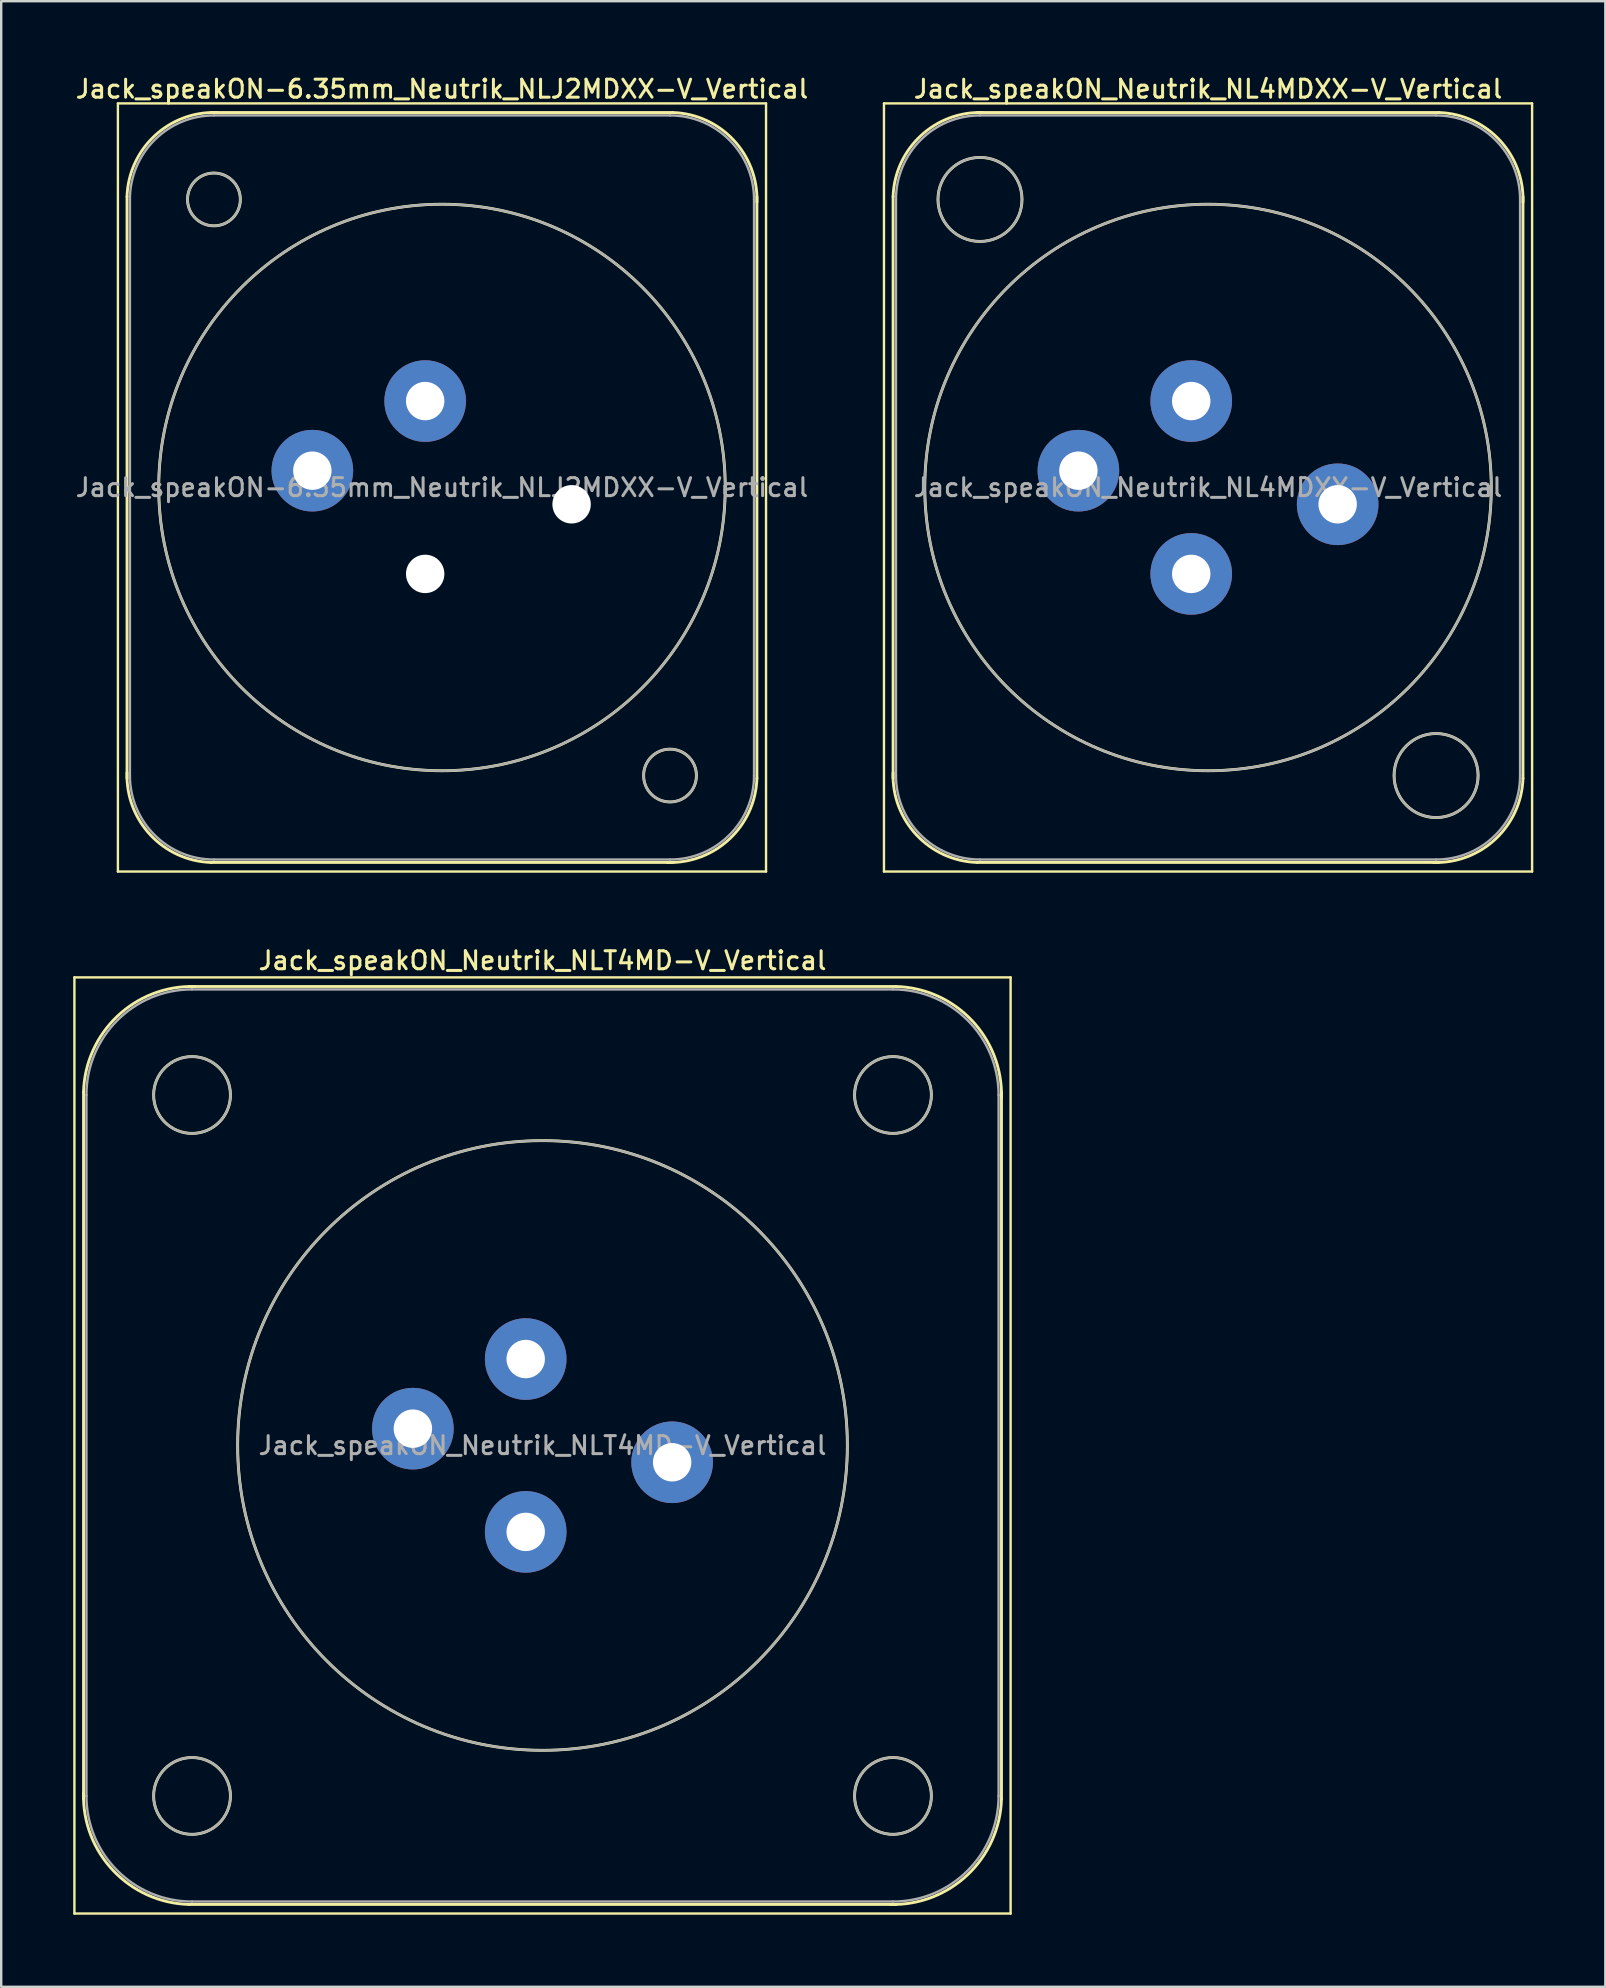
<source format=kicad_pcb>
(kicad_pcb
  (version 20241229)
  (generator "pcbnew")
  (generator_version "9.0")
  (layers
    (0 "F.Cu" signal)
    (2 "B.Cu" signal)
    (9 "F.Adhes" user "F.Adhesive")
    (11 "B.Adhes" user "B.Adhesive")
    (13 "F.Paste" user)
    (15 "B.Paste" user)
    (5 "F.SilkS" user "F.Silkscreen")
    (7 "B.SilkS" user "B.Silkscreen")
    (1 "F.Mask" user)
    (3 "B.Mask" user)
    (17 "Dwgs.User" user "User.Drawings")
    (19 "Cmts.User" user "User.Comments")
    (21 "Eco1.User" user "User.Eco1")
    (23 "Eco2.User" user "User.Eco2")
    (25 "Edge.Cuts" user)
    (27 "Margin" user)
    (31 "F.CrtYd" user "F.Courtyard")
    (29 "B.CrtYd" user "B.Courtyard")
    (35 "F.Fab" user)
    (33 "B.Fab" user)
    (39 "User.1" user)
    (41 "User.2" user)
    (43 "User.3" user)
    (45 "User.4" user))
  (footprint "Jack_speakON_Neutrik_NL4MDXX-V_Vertical"
    (layer "F.Cu")
    (at 46.575 13.658)
    (property "Reference" "Jack_speakON_Neutrik_NL4MDXX-V_Vertical" (at 0.7 -13 0) (layer "F.SilkS") (effects (font (size 0.75 0.75) (thickness 0.125))))
    (attr through_hole)
    (fp_line (start -12.8 -12.4) (end 14.2 -12.4) (stroke (width 0.1) (type solid)) (layer "F.SilkS"))
    (fp_line (start -12.8 19.6) (end -12.8 -12.4) (stroke (width 0.1) (type solid)) (layer "F.SilkS"))
    (fp_line (start -12.8 19.6) (end 14.2 19.6) (stroke (width 0.1) (type solid)) (layer "F.SilkS"))
    (fp_line (start -12.42 15.72) (end -12.42 -8.52) (stroke (width 0.12) (type solid)) (layer "F.SilkS"))
    (fp_line (start -8.92 -12.02) (end 10.32 -12.02) (stroke (width 0.12) (type solid)) (layer "F.SilkS"))
    (fp_line (start -8.92 19.22) (end 10.32 19.22) (stroke (width 0.12) (type solid)) (layer "F.SilkS"))
    (fp_line (start 13.82 15.72) (end 13.82 -8.52) (stroke (width 0.12) (type solid)) (layer "F.SilkS"))
    (fp_line (start 14.2 19.6) (end 14.2 -12.4) (stroke (width 0.1) (type solid)) (layer "F.SilkS"))
    (fp_arc (start -12.42 -8.52) (mid -11.274874 -11.044579) (end -8.68 -12.02) (stroke (width 0.12) (type solid)) (layer "F.SilkS"))
    (fp_arc (start -8.92 19.22) (mid -11.444579 18.074874) (end -12.42 15.48) (stroke (width 0.12) (type solid)) (layer "F.SilkS"))
    (fp_arc (start 10.32 -12.02) (mid 12.844579 -10.874874) (end 13.82 -8.28) (stroke (width 0.12) (type solid)) (layer "F.SilkS"))
    (fp_arc (start 13.82 15.72) (mid 12.674874 18.244579) (end 10.08 19.22) (stroke (width 0.12) (type solid)) (layer "F.SilkS"))
    (fp_circle (center -8.8 -8.4) (end -7.05 -8.4) (stroke (width 0.12) (type solid)) (fill no) (layer "F.SilkS"))
    (fp_circle (center 0.7 3.6) (end 12.5 3.6) (stroke (width 0.12) (type solid)) (fill no) (layer "F.SilkS"))
    (fp_circle (center 10.2 15.6) (end 11.95 15.6) (stroke (width 0.12) (type solid)) (fill no) (layer "F.SilkS"))
    (fp_line (start -12.3 15.6) (end -12.3 -8.4) (stroke (width 0.1) (type solid)) (layer "F.Fab"))
    (fp_line (start -8.8 -11.9) (end 10.2 -11.9) (stroke (width 0.1) (type solid)) (layer "F.Fab"))
    (fp_line (start -8.8 19.1) (end 10.2 19.1) (stroke (width 0.1) (type solid)) (layer "F.Fab"))
    (fp_line (start 13.7 15.6) (end 13.7 -8.4) (stroke (width 0.1) (type solid)) (layer "F.Fab"))
    (fp_arc (start -12.3 -8.4) (mid -11.274874 -10.874874) (end -8.8 -11.9) (stroke (width 0.1) (type solid)) (layer "F.Fab"))
    (fp_arc (start -8.8 19.1) (mid -11.274874 18.074874) (end -12.3 15.6) (stroke (width 0.1) (type solid)) (layer "F.Fab"))
    (fp_arc (start 10.2 -11.9) (mid 12.674874 -10.874874) (end 13.7 -8.4) (stroke (width 0.1) (type solid)) (layer "F.Fab"))
    (fp_arc (start 13.7 15.6) (mid 12.674874 18.074874) (end 10.2 19.1) (stroke (width 0.1) (type solid)) (layer "F.Fab"))
    (fp_circle (center -8.8 -8.4) (end -7.05 -8.4) (stroke (width 0.1) (type solid)) (fill no) (layer "F.Fab"))
    (fp_circle (center 0.7 3.6) (end 12.5 3.6) (stroke (width 0.1) (type solid)) (fill no) (layer "F.Fab"))
    (fp_circle (center 10.2 15.6) (end 8.45 15.6) (stroke (width 0.1) (type solid)) (fill no) (layer "F.Fab"))
    (fp_text user "${REFERENCE}" (at 0.7 3.6 0) (layer "F.Fab") (effects (font (size 0.75 0.75) (thickness 0.125))))
    (pad "1+" thru_hole circle (at 0 0) (size 3.4 3.4) (drill 1.6) (layers "*.Cu" "*.Mask"))
    (pad "1-" thru_hole circle (at -4.7 2.9) (size 3.4 3.4) (drill 1.6) (layers "*.Cu" "*.Mask"))
    (pad "2+" thru_hole circle (at 0 7.2) (size 3.4 3.4) (drill 1.6) (layers "*.Cu" "*.Mask"))
    (pad "2-" thru_hole circle (at 6.1 4.3) (size 3.4 3.4) (drill 1.6) (layers "*.Cu" "*.Mask")))
  (footprint "Jack_speakON-6.35mm_Neutrik_NLJ2MDXX-V_Vertical"
    (layer "F.Cu")
    (at 14.662 13.658)
    (property "Reference" "Jack_speakON-6.35mm_Neutrik_NLJ2MDXX-V_Vertical" (at 0.7 -13 0) (layer "F.SilkS") (effects (font (size 0.75 0.75) (thickness 0.125))))
    (attr through_hole)
    (fp_line (start -12.8 -12.4) (end 14.2 -12.4) (stroke (width 0.1) (type solid)) (layer "F.SilkS"))
    (fp_line (start -12.8 19.6) (end -12.8 -12.4) (stroke (width 0.1) (type solid)) (layer "F.SilkS"))
    (fp_line (start -12.8 19.6) (end 14.2 19.6) (stroke (width 0.1) (type solid)) (layer "F.SilkS"))
    (fp_line (start -12.42 15.72) (end -12.42 -8.52) (stroke (width 0.12) (type solid)) (layer "F.SilkS"))
    (fp_line (start -8.92 -12.02) (end 10.32 -12.02) (stroke (width 0.12) (type solid)) (layer "F.SilkS"))
    (fp_line (start -8.92 19.22) (end 10.32 19.22) (stroke (width 0.12) (type solid)) (layer "F.SilkS"))
    (fp_line (start 13.82 15.72) (end 13.82 -8.52) (stroke (width 0.12) (type solid)) (layer "F.SilkS"))
    (fp_line (start 14.2 19.6) (end 14.2 -12.4) (stroke (width 0.1) (type solid)) (layer "F.SilkS"))
    (fp_arc (start -12.42 -8.52) (mid -11.274874 -11.044579) (end -8.68 -12.02) (stroke (width 0.12) (type solid)) (layer "F.SilkS"))
    (fp_arc (start -8.92 19.22) (mid -11.444579 18.074874) (end -12.42 15.48) (stroke (width 0.12) (type solid)) (layer "F.SilkS"))
    (fp_arc (start 10.32 -12.02) (mid 12.844579 -10.874874) (end 13.82 -8.28) (stroke (width 0.12) (type solid)) (layer "F.SilkS"))
    (fp_arc (start 13.82 15.72) (mid 12.674874 18.244579) (end 10.08 19.22) (stroke (width 0.12) (type solid)) (layer "F.SilkS"))
    (fp_circle (center -8.8 -8.4) (end -7.7 -8.4) (stroke (width 0.12) (type solid)) (fill no) (layer "F.SilkS"))
    (fp_circle (center 0.7 3.6) (end 12.5 3.6) (stroke (width 0.12) (type solid)) (fill no) (layer "F.SilkS"))
    (fp_circle (center 10.2 15.6) (end 11.3 15.6) (stroke (width 0.12) (type solid)) (fill no) (layer "F.SilkS"))
    (fp_line (start -12.3 15.6) (end -12.3 -8.4) (stroke (width 0.1) (type solid)) (layer "F.Fab"))
    (fp_line (start -8.8 -11.9) (end 10.2 -11.9) (stroke (width 0.1) (type solid)) (layer "F.Fab"))
    (fp_line (start -8.8 19.1) (end 10.2 19.1) (stroke (width 0.1) (type solid)) (layer "F.Fab"))
    (fp_line (start 13.7 15.6) (end 13.7 -8.4) (stroke (width 0.1) (type solid)) (layer "F.Fab"))
    (fp_arc (start -12.3 -8.4) (mid -11.274874 -10.874874) (end -8.8 -11.9) (stroke (width 0.1) (type solid)) (layer "F.Fab"))
    (fp_arc (start -8.8 19.1) (mid -11.274874 18.074874) (end -12.3 15.6) (stroke (width 0.1) (type solid)) (layer "F.Fab"))
    (fp_arc (start 10.2 -11.9) (mid 12.674874 -10.874874) (end 13.7 -8.4) (stroke (width 0.1) (type solid)) (layer "F.Fab"))
    (fp_arc (start 13.7 15.6) (mid 12.674874 18.074874) (end 10.2 19.1) (stroke (width 0.1) (type solid)) (layer "F.Fab"))
    (fp_circle (center -8.8 -8.4) (end -7.7 -8.4) (stroke (width 0.1) (type solid)) (fill no) (layer "F.Fab"))
    (fp_circle (center 0.7 3.6) (end 12.5 3.6) (stroke (width 0.1) (type solid)) (fill no) (layer "F.Fab"))
    (fp_circle (center 10.2 15.6) (end 9.1 15.6) (stroke (width 0.1) (type solid)) (fill no) (layer "F.Fab"))
    (fp_text user "${REFERENCE}" (at 0.7 3.6 0) (layer "F.Fab") (effects (font (size 0.75 0.75) (thickness 0.125))))
    (pad "" np_thru_hole circle (at 0 7.2) (size 1.6 1.6) (drill 1.6) (layers "*.Cu" "*.Mask"))
    (pad "" np_thru_hole circle (at 6.1 4.3) (size 1.6 1.6) (drill 1.6) (layers "*.Cu" "*.Mask"))
    (pad "1+" thru_hole circle (at 0 0) (size 3.4 3.4) (drill 1.6) (layers "*.Cu" "*.Mask"))
    (pad "1-" thru_hole circle (at -4.7 2.9) (size 3.4 3.4) (drill 1.6) (layers "*.Cu" "*.Mask")))
  (footprint "Jack_speakON_Neutrik_NLT4MD-V_Vertical"
    (layer "F.Cu")
    (at 18.85 53.566)
    (property "Reference" "Jack_speakON_Neutrik_NLT4MD-V_Vertical" (at 0.7 -16.6 0) (layer "F.SilkS") (effects (font (size 0.75 0.75) (thickness 0.125))))
    (attr through_hole)
    (fp_line (start -18.8 -15.9) (end 20.2 -15.9) (stroke (width 0.1) (type solid)) (layer "F.SilkS"))
    (fp_line (start -18.8 23.1) (end -18.8 -15.9) (stroke (width 0.1) (type solid)) (layer "F.SilkS"))
    (fp_line (start -18.8 23.1) (end 20.2 23.1) (stroke (width 0.1) (type solid)) (layer "F.SilkS"))
    (fp_line (start -18.42 18.32) (end -18.42 -11.12) (stroke (width 0.12) (type solid)) (layer "F.SilkS"))
    (fp_line (start -14.02 -15.52) (end 15.42 -15.52) (stroke (width 0.12) (type solid)) (layer "F.SilkS"))
    (fp_line (start -14.02 22.72) (end 15.42 22.72) (stroke (width 0.12) (type solid)) (layer "F.SilkS"))
    (fp_line (start 19.82 18.32) (end 19.82 -11.12) (stroke (width 0.12) (type solid)) (layer "F.SilkS"))
    (fp_line (start 20.2 23.1) (end 20.2 -15.9) (stroke (width 0.1) (type solid)) (layer "F.SilkS"))
    (fp_arc (start -18.42 -11.12) (mid -17.01127 -14.280975) (end -13.78 -15.52) (stroke (width 0.12) (type solid)) (layer "F.SilkS"))
    (fp_arc (start -14.02 22.72) (mid -17.180975 21.31127) (end -18.42 18.08) (stroke (width 0.12) (type solid)) (layer "F.SilkS"))
    (fp_arc (start 15.42 -15.52) (mid 18.580975 -14.11127) (end 19.82 -10.88) (stroke (width 0.12) (type solid)) (layer "F.SilkS"))
    (fp_arc (start 19.82 18.32) (mid 18.41127 21.480975) (end 15.18 22.72) (stroke (width 0.12) (type solid)) (layer "F.SilkS"))
    (fp_circle (center -13.9 -11) (end -12.3 -11) (stroke (width 0.12) (type solid)) (fill no) (layer "F.SilkS"))
    (fp_circle (center -13.9 18.2) (end -12.3 18.2) (stroke (width 0.12) (type solid)) (fill no) (layer "F.SilkS"))
    (fp_circle (center 0.7 3.6) (end 13.4 3.6) (stroke (width 0.12) (type solid)) (fill no) (layer "F.SilkS"))
    (fp_circle (center 15.3 -11) (end 16.9 -11) (stroke (width 0.12) (type solid)) (fill no) (layer "F.SilkS"))
    (fp_circle (center 15.3 18.2) (end 16.9 18.2) (stroke (width 0.12) (type solid)) (fill no) (layer "F.SilkS"))
    (fp_line (start -18.3 18.2) (end -18.3 -11) (stroke (width 0.1) (type solid)) (layer "F.Fab"))
    (fp_line (start -13.9 -15.4) (end 15.3 -15.4) (stroke (width 0.1) (type solid)) (layer "F.Fab"))
    (fp_line (start -13.9 22.6) (end 15.3 22.6) (stroke (width 0.1) (type solid)) (layer "F.Fab"))
    (fp_line (start 19.7 18.2) (end 19.7 -11) (stroke (width 0.1) (type solid)) (layer "F.Fab"))
    (fp_arc (start -18.3 -11) (mid -17.01127 -14.11127) (end -13.9 -15.4) (stroke (width 0.1) (type solid)) (layer "F.Fab"))
    (fp_arc (start -13.9 22.6) (mid -17.01127 21.31127) (end -18.3 18.2) (stroke (width 0.1) (type solid)) (layer "F.Fab"))
    (fp_arc (start 15.3 -15.4) (mid 18.41127 -14.11127) (end 19.7 -11) (stroke (width 0.1) (type solid)) (layer "F.Fab"))
    (fp_arc (start 19.7 18.2) (mid 18.41127 21.31127) (end 15.3 22.6) (stroke (width 0.1) (type solid)) (layer "F.Fab"))
    (fp_circle (center -13.9 -11) (end -12.3 -11) (stroke (width 0.1) (type solid)) (fill no) (layer "F.Fab"))
    (fp_circle (center -13.9 18.2) (end -12.3 18.2) (stroke (width 0.1) (type solid)) (fill no) (layer "F.Fab"))
    (fp_circle (center 0.7 3.6) (end 13.4 3.6) (stroke (width 0.1) (type solid)) (fill no) (layer "F.Fab"))
    (fp_circle (center 15.3 -11) (end 13.7 -11) (stroke (width 0.1) (type solid)) (fill no) (layer "F.Fab"))
    (fp_circle (center 15.3 18.2) (end 13.7 18.2) (stroke (width 0.1) (type solid)) (fill no) (layer "F.Fab"))
    (fp_text user "${REFERENCE}" (at 0.7 3.6 0) (layer "F.Fab") (effects (font (size 0.75 0.75) (thickness 0.125))))
    (pad "1+" thru_hole circle (at 0 0) (size 3.4 3.4) (drill 1.6) (layers "*.Cu" "*.Mask"))
    (pad "1-" thru_hole circle (at -4.7 2.9) (size 3.4 3.4) (drill 1.6) (layers "*.Cu" "*.Mask"))
    (pad "2+" thru_hole circle (at 0 7.2) (size 3.4 3.4) (drill 1.6) (layers "*.Cu" "*.Mask"))
    (pad "2-" thru_hole circle (at 6.1 4.3) (size 3.4 3.4) (drill 1.6) (layers "*.Cu" "*.Mask")))
  (gr_rect
    (start -3 -3)
    (end 63.825 79.716)
    (stroke (width 0.1) (type default))
    (fill no)
    (layer "Edge.Cuts")))
</source>
